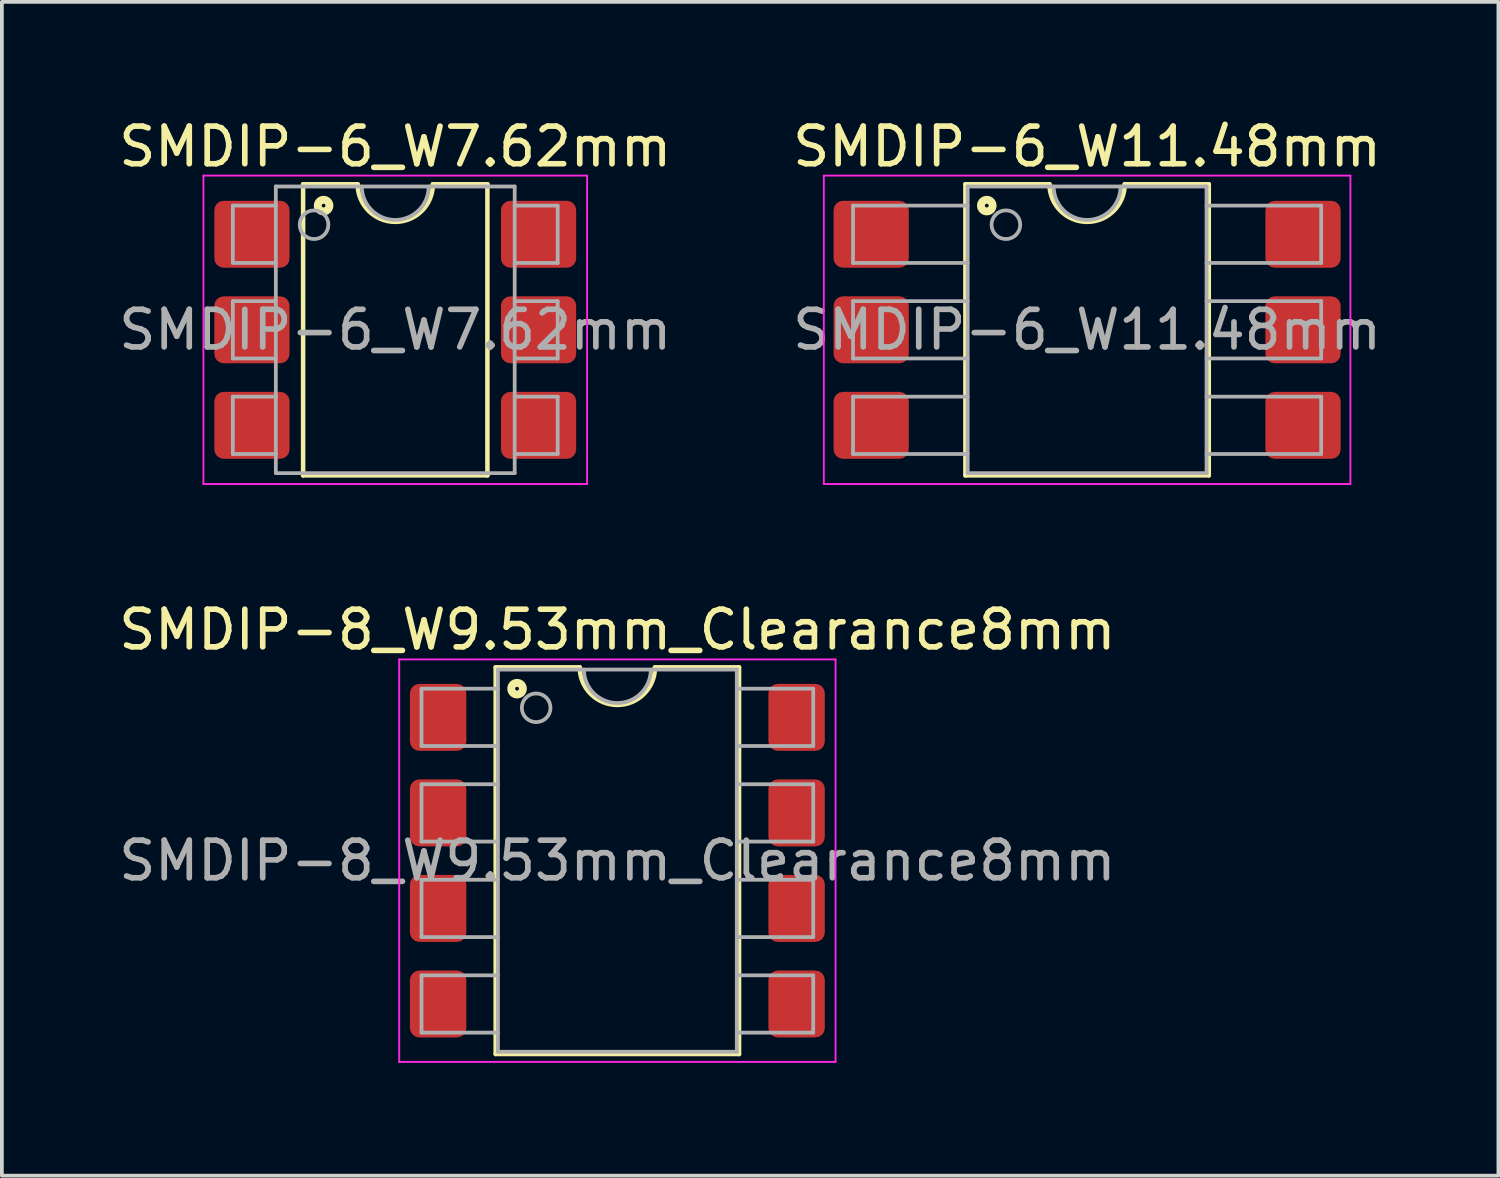
<source format=kicad_pcb>
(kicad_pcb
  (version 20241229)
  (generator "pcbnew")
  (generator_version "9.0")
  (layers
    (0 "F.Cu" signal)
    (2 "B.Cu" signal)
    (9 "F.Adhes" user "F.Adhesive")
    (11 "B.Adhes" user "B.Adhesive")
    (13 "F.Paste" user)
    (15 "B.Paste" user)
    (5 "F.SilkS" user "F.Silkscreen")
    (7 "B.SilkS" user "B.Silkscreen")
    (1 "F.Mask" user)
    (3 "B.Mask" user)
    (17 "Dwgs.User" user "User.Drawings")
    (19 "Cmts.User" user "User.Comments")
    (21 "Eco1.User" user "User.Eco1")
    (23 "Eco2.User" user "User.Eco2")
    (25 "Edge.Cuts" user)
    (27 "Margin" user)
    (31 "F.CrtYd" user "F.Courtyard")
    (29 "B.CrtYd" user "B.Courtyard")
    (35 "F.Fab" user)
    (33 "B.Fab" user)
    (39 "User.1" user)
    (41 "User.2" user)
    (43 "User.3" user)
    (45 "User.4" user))
  (footprint "SMDIP-8_W9.53mm_Clearance8mm"
    (layer "F.Cu")
    (at 13.363 19.831)
    (property "Reference" "SMDIP-8_W9.53mm_Clearance8mm" (at 0 -6.14 0) (layer "F.SilkS") (effects (font (size 1 1) (thickness 0.15))))
    (attr smd)
    (fp_line (start -3.235 -5.14) (end -3.235 5.14) (stroke (width 0.12) (type solid)) (layer "F.SilkS"))
    (fp_line (start -3.235 5.14) (end 3.235 5.14) (stroke (width 0.12) (type solid)) (layer "F.SilkS"))
    (fp_line (start -1 -5.14) (end -3.235 -5.14) (stroke (width 0.12) (type solid)) (layer "F.SilkS"))
    (fp_line (start 3.235 -5.14) (end 1 -5.14) (stroke (width 0.12) (type solid)) (layer "F.SilkS"))
    (fp_line (start 3.235 5.14) (end 3.235 -5.14) (stroke (width 0.12) (type solid)) (layer "F.SilkS"))
    (fp_arc (start 1 -5.14) (mid 0 -4.14) (end -1 -5.14) (stroke (width 0.12) (type solid)) (layer "F.SilkS"))
    (fp_circle (center -2.667 -4.572) (end -2.617 -4.572) (stroke (width 0.12) (type solid)) (fill no) (layer "F.SilkS"))
    (fp_circle (center -2.667 -4.572) (end -2.542 -4.572) (stroke (width 0.12) (type solid)) (fill no) (layer "F.SilkS"))
    (fp_circle (center -2.667 -4.572) (end -2.467 -4.572) (stroke (width 0.12) (type solid)) (fill no) (layer "F.SilkS"))
    (fp_line (start -5.8 -5.35) (end -5.8 5.35) (stroke (width 0.05) (type solid)) (layer "F.CrtYd"))
    (fp_line (start -5.8 5.35) (end 5.8 5.35) (stroke (width 0.05) (type solid)) (layer "F.CrtYd"))
    (fp_line (start 5.8 -5.35) (end -5.8 -5.35) (stroke (width 0.05) (type solid)) (layer "F.CrtYd"))
    (fp_line (start 5.8 5.35) (end 5.8 -5.35) (stroke (width 0.05) (type solid)) (layer "F.CrtYd"))
    (fp_line (start -5.207 -4.572) (end -5.207 -3.048) (stroke (width 0.1) (type solid)) (layer "F.Fab"))
    (fp_line (start -5.207 -4.572) (end -3.175 -4.572) (stroke (width 0.1) (type solid)) (layer "F.Fab"))
    (fp_line (start -5.207 -3.048) (end -3.175 -3.048) (stroke (width 0.1) (type solid)) (layer "F.Fab"))
    (fp_line (start -5.207 -2.032) (end -5.207 -0.508) (stroke (width 0.1) (type solid)) (layer "F.Fab"))
    (fp_line (start -5.207 -2.032) (end -3.175 -2.032) (stroke (width 0.1) (type solid)) (layer "F.Fab"))
    (fp_line (start -5.207 -0.508) (end -3.175 -0.508) (stroke (width 0.1) (type solid)) (layer "F.Fab"))
    (fp_line (start -5.207 0.508) (end -5.207 2.032) (stroke (width 0.1) (type solid)) (layer "F.Fab"))
    (fp_line (start -5.207 0.508) (end -3.175 0.508) (stroke (width 0.1) (type solid)) (layer "F.Fab"))
    (fp_line (start -5.207 2.032) (end -3.175 2.032) (stroke (width 0.1) (type solid)) (layer "F.Fab"))
    (fp_line (start -5.207 3.048) (end -5.207 4.572) (stroke (width 0.1) (type solid)) (layer "F.Fab"))
    (fp_line (start -5.207 3.048) (end -3.175 3.048) (stroke (width 0.1) (type solid)) (layer "F.Fab"))
    (fp_line (start -5.207 4.572) (end -3.175 4.572) (stroke (width 0.1) (type solid)) (layer "F.Fab"))
    (fp_line (start -3.175 -5.08) (end 3.175 -5.08) (stroke (width 0.1) (type solid)) (layer "F.Fab"))
    (fp_line (start -3.175 5.08) (end -3.175 -5.08) (stroke (width 0.1) (type solid)) (layer "F.Fab"))
    (fp_line (start 3.175 -5.08) (end 3.175 5.08) (stroke (width 0.1) (type solid)) (layer "F.Fab"))
    (fp_line (start 3.175 5.08) (end -3.175 5.08) (stroke (width 0.1) (type solid)) (layer "F.Fab"))
    (fp_line (start 5.207 -4.572) (end 3.175 -4.572) (stroke (width 0.1) (type solid)) (layer "F.Fab"))
    (fp_line (start 5.207 -3.048) (end 3.175 -3.048) (stroke (width 0.1) (type solid)) (layer "F.Fab"))
    (fp_line (start 5.207 -3.048) (end 5.207 -4.572) (stroke (width 0.1) (type solid)) (layer "F.Fab"))
    (fp_line (start 5.207 -2.032) (end 3.175 -2.032) (stroke (width 0.1) (type solid)) (layer "F.Fab"))
    (fp_line (start 5.207 -0.508) (end 3.175 -0.508) (stroke (width 0.1) (type solid)) (layer "F.Fab"))
    (fp_line (start 5.207 -0.508) (end 5.207 -2.032) (stroke (width 0.1) (type solid)) (layer "F.Fab"))
    (fp_line (start 5.207 0.508) (end 3.175 0.508) (stroke (width 0.1) (type solid)) (layer "F.Fab"))
    (fp_line (start 5.207 2.032) (end 3.175 2.032) (stroke (width 0.1) (type solid)) (layer "F.Fab"))
    (fp_line (start 5.207 2.032) (end 5.207 0.508) (stroke (width 0.1) (type solid)) (layer "F.Fab"))
    (fp_line (start 5.207 3.048) (end 3.175 3.048) (stroke (width 0.1) (type solid)) (layer "F.Fab"))
    (fp_line (start 5.207 4.572) (end 3.175 4.572) (stroke (width 0.1) (type solid)) (layer "F.Fab"))
    (fp_line (start 5.207 4.572) (end 5.207 3.048) (stroke (width 0.1) (type solid)) (layer "F.Fab"))
    (fp_arc (start 0.889 -5.08) (mid 0 -4.191) (end -0.889 -5.08) (stroke (width 0.1) (type solid)) (layer "F.Fab"))
    (fp_circle (center -2.159 -4.064) (end -1.778 -4.064) (stroke (width 0.1) (type solid)) (fill no) (layer "F.Fab"))
    (fp_text user "${REFERENCE}" (at 0 0 0) (layer "F.Fab") (effects (font (size 1 1) (thickness 0.15))))
    (pad "1" smd roundrect (at -4.765 -3.81) (size 1.5 1.78) (layers "F.Cu" "F.Mask" "F.Paste") (roundrect_rratio 0.167))
    (pad "2" smd roundrect (at -4.765 -1.27) (size 1.5 1.78) (layers "F.Cu" "F.Mask" "F.Paste") (roundrect_rratio 0.167))
    (pad "3" smd roundrect (at -4.765 1.27) (size 1.5 1.78) (layers "F.Cu" "F.Mask" "F.Paste") (roundrect_rratio 0.167))
    (pad "4" smd roundrect (at -4.765 3.81) (size 1.5 1.78) (layers "F.Cu" "F.Mask" "F.Paste") (roundrect_rratio 0.167))
    (pad "5" smd roundrect (at 4.765 3.81) (size 1.5 1.78) (layers "F.Cu" "F.Mask" "F.Paste") (roundrect_rratio 0.167))
    (pad "6" smd roundrect (at 4.765 1.27) (size 1.5 1.78) (layers "F.Cu" "F.Mask" "F.Paste") (roundrect_rratio 0.167))
    (pad "7" smd roundrect (at 4.765 -1.27) (size 1.5 1.78) (layers "F.Cu" "F.Mask" "F.Paste") (roundrect_rratio 0.167))
    (pad "8" smd roundrect (at 4.765 -3.81) (size 1.5 1.78) (layers "F.Cu" "F.Mask" "F.Paste") (roundrect_rratio 0.167)))
  (footprint "SMDIP-6_W7.62mm"
    (layer "F.Cu")
    (at 7.458 5.718)
    (property "Reference" "SMDIP-6_W7.62mm" (at 0 -4.87 0) (layer "F.SilkS") (effects (font (size 1 1) (thickness 0.15))))
    (attr smd)
    (fp_line (start -2.45 -3.87) (end -2.45 3.87) (stroke (width 0.12) (type solid)) (layer "F.SilkS"))
    (fp_line (start -2.45 3.87) (end 2.45 3.87) (stroke (width 0.12) (type solid)) (layer "F.SilkS"))
    (fp_line (start -1 -3.87) (end -2.45 -3.87) (stroke (width 0.12) (type solid)) (layer "F.SilkS"))
    (fp_line (start 2.45 -3.87) (end 1 -3.87) (stroke (width 0.12) (type solid)) (layer "F.SilkS"))
    (fp_line (start 2.45 3.87) (end 2.45 -3.87) (stroke (width 0.12) (type solid)) (layer "F.SilkS"))
    (fp_arc (start 1 -3.87) (mid 0 -2.87) (end -1 -3.87) (stroke (width 0.12) (type solid)) (layer "F.SilkS"))
    (fp_circle (center -1.905 -3.302) (end -1.855 -3.302) (stroke (width 0.12) (type solid)) (fill no) (layer "F.SilkS"))
    (fp_circle (center -1.905 -3.302) (end -1.78 -3.302) (stroke (width 0.12) (type solid)) (fill no) (layer "F.SilkS"))
    (fp_circle (center -1.905 -3.302) (end -1.705 -3.302) (stroke (width 0.12) (type solid)) (fill no) (layer "F.SilkS"))
    (fp_line (start -5.1 -4.1) (end -5.1 4.1) (stroke (width 0.05) (type solid)) (layer "F.CrtYd"))
    (fp_line (start -5.1 4.1) (end 5.1 4.1) (stroke (width 0.05) (type solid)) (layer "F.CrtYd"))
    (fp_line (start 5.1 -4.1) (end -5.1 -4.1) (stroke (width 0.05) (type solid)) (layer "F.CrtYd"))
    (fp_line (start 5.1 4.1) (end 5.1 -4.1) (stroke (width 0.05) (type solid)) (layer "F.CrtYd"))
    (fp_line (start -4.318 -3.302) (end -4.318 -1.778) (stroke (width 0.1) (type solid)) (layer "F.Fab"))
    (fp_line (start -4.318 -3.302) (end -3.175 -3.302) (stroke (width 0.1) (type solid)) (layer "F.Fab"))
    (fp_line (start -4.318 -1.778) (end -3.175 -1.778) (stroke (width 0.1) (type solid)) (layer "F.Fab"))
    (fp_line (start -4.318 -0.762) (end -4.318 0.762) (stroke (width 0.1) (type solid)) (layer "F.Fab"))
    (fp_line (start -4.318 -0.762) (end -3.175 -0.762) (stroke (width 0.1) (type solid)) (layer "F.Fab"))
    (fp_line (start -4.318 0.762) (end -3.175 0.762) (stroke (width 0.1) (type solid)) (layer "F.Fab"))
    (fp_line (start -4.318 1.778) (end -4.318 3.302) (stroke (width 0.1) (type solid)) (layer "F.Fab"))
    (fp_line (start -4.318 1.778) (end -3.175 1.778) (stroke (width 0.1) (type solid)) (layer "F.Fab"))
    (fp_line (start -4.318 3.302) (end -3.175 3.302) (stroke (width 0.1) (type solid)) (layer "F.Fab"))
    (fp_line (start -3.175 -3.81) (end 3.175 -3.81) (stroke (width 0.1) (type solid)) (layer "F.Fab"))
    (fp_line (start -3.175 3.81) (end -3.175 -3.81) (stroke (width 0.1) (type solid)) (layer "F.Fab"))
    (fp_line (start 3.175 -3.81) (end 3.175 3.81) (stroke (width 0.1) (type solid)) (layer "F.Fab"))
    (fp_line (start 3.175 3.81) (end -3.175 3.81) (stroke (width 0.1) (type solid)) (layer "F.Fab"))
    (fp_line (start 4.318 -3.302) (end 3.175 -3.302) (stroke (width 0.1) (type solid)) (layer "F.Fab"))
    (fp_line (start 4.318 -1.778) (end 3.175 -1.778) (stroke (width 0.1) (type solid)) (layer "F.Fab"))
    (fp_line (start 4.318 -1.778) (end 4.318 -3.302) (stroke (width 0.1) (type solid)) (layer "F.Fab"))
    (fp_line (start 4.318 -0.762) (end 3.175 -0.762) (stroke (width 0.1) (type solid)) (layer "F.Fab"))
    (fp_line (start 4.318 0.762) (end 3.175 0.762) (stroke (width 0.1) (type solid)) (layer "F.Fab"))
    (fp_line (start 4.318 0.762) (end 4.318 -0.762) (stroke (width 0.1) (type solid)) (layer "F.Fab"))
    (fp_line (start 4.318 1.778) (end 3.175 1.778) (stroke (width 0.1) (type solid)) (layer "F.Fab"))
    (fp_line (start 4.318 3.302) (end 3.175 3.302) (stroke (width 0.1) (type solid)) (layer "F.Fab"))
    (fp_line (start 4.318 3.302) (end 4.318 1.778) (stroke (width 0.1) (type solid)) (layer "F.Fab"))
    (fp_arc (start 0.889 -3.81) (mid 0 -2.921) (end -0.889 -3.81) (stroke (width 0.1) (type solid)) (layer "F.Fab"))
    (fp_circle (center -2.159 -2.794) (end -1.778 -2.794) (stroke (width 0.1) (type solid)) (fill no) (layer "F.Fab"))
    (fp_text user "${REFERENCE}" (at 0 0 0) (layer "F.Fab") (effects (font (size 1 1) (thickness 0.15))))
    (pad "1" smd roundrect (at -3.81 -2.54) (size 2 1.78) (layers "F.Cu" "F.Mask" "F.Paste") (roundrect_rratio 0.14))
    (pad "2" smd roundrect (at -3.81 0) (size 2 1.78) (layers "F.Cu" "F.Mask" "F.Paste") (roundrect_rratio 0.14))
    (pad "3" smd roundrect (at -3.81 2.54) (size 2 1.78) (layers "F.Cu" "F.Mask" "F.Paste") (roundrect_rratio 0.14))
    (pad "4" smd roundrect (at 3.81 2.54) (size 2 1.78) (layers "F.Cu" "F.Mask" "F.Paste") (roundrect_rratio 0.14))
    (pad "5" smd roundrect (at 3.81 0) (size 2 1.78) (layers "F.Cu" "F.Mask" "F.Paste") (roundrect_rratio 0.14))
    (pad "6" smd roundrect (at 3.81 -2.54) (size 2 1.78) (layers "F.Cu" "F.Mask" "F.Paste") (roundrect_rratio 0.14)))
  (footprint "SMDIP-6_W11.48mm"
    (layer "F.Cu")
    (at 25.851 5.718)
    (property "Reference" "SMDIP-6_W11.48mm" (at 0 -4.87 0) (layer "F.SilkS") (effects (font (size 1 1) (thickness 0.15))))
    (attr smd)
    (fp_line (start -3.235 -3.87) (end -3.235 3.87) (stroke (width 0.12) (type solid)) (layer "F.SilkS"))
    (fp_line (start -3.235 3.87) (end 3.235 3.87) (stroke (width 0.12) (type solid)) (layer "F.SilkS"))
    (fp_line (start -1 -3.87) (end -3.235 -3.87) (stroke (width 0.12) (type solid)) (layer "F.SilkS"))
    (fp_line (start 3.235 -3.87) (end 1 -3.87) (stroke (width 0.12) (type solid)) (layer "F.SilkS"))
    (fp_line (start 3.235 3.87) (end 3.235 -3.87) (stroke (width 0.12) (type solid)) (layer "F.SilkS"))
    (fp_arc (start 1 -3.87) (mid 0 -2.87) (end -1 -3.87) (stroke (width 0.12) (type solid)) (layer "F.SilkS"))
    (fp_circle (center -2.667 -3.302) (end -2.617 -3.302) (stroke (width 0.12) (type solid)) (fill no) (layer "F.SilkS"))
    (fp_circle (center -2.667 -3.302) (end -2.542 -3.302) (stroke (width 0.12) (type solid)) (fill no) (layer "F.SilkS"))
    (fp_circle (center -2.667 -3.302) (end -2.467 -3.302) (stroke (width 0.12) (type solid)) (fill no) (layer "F.SilkS"))
    (fp_line (start -7 -4.1) (end -7 4.1) (stroke (width 0.05) (type solid)) (layer "F.CrtYd"))
    (fp_line (start -7 4.1) (end 7 4.1) (stroke (width 0.05) (type solid)) (layer "F.CrtYd"))
    (fp_line (start 7 -4.1) (end -7 -4.1) (stroke (width 0.05) (type solid)) (layer "F.CrtYd"))
    (fp_line (start 7 4.1) (end 7 -4.1) (stroke (width 0.05) (type solid)) (layer "F.CrtYd"))
    (fp_line (start -6.223 -3.302) (end -6.223 -1.778) (stroke (width 0.1) (type solid)) (layer "F.Fab"))
    (fp_line (start -6.223 -3.302) (end -3.175 -3.302) (stroke (width 0.1) (type solid)) (layer "F.Fab"))
    (fp_line (start -6.223 -1.778) (end -3.175 -1.778) (stroke (width 0.1) (type solid)) (layer "F.Fab"))
    (fp_line (start -6.223 -0.762) (end -6.223 0.762) (stroke (width 0.1) (type solid)) (layer "F.Fab"))
    (fp_line (start -6.223 -0.762) (end -3.175 -0.762) (stroke (width 0.1) (type solid)) (layer "F.Fab"))
    (fp_line (start -6.223 0.762) (end -3.175 0.762) (stroke (width 0.1) (type solid)) (layer "F.Fab"))
    (fp_line (start -6.223 1.778) (end -6.223 3.302) (stroke (width 0.1) (type solid)) (layer "F.Fab"))
    (fp_line (start -6.223 1.778) (end -3.175 1.778) (stroke (width 0.1) (type solid)) (layer "F.Fab"))
    (fp_line (start -6.223 3.302) (end -3.175 3.302) (stroke (width 0.1) (type solid)) (layer "F.Fab"))
    (fp_line (start -3.175 -3.81) (end 3.175 -3.81) (stroke (width 0.1) (type solid)) (layer "F.Fab"))
    (fp_line (start -3.175 3.81) (end -3.175 -3.81) (stroke (width 0.1) (type solid)) (layer "F.Fab"))
    (fp_line (start 3.175 -3.81) (end 3.175 3.81) (stroke (width 0.1) (type solid)) (layer "F.Fab"))
    (fp_line (start 3.175 3.81) (end -3.175 3.81) (stroke (width 0.1) (type solid)) (layer "F.Fab"))
    (fp_line (start 6.223 -3.302) (end 3.175 -3.302) (stroke (width 0.1) (type solid)) (layer "F.Fab"))
    (fp_line (start 6.223 -1.778) (end 3.175 -1.778) (stroke (width 0.1) (type solid)) (layer "F.Fab"))
    (fp_line (start 6.223 -1.778) (end 6.223 -3.302) (stroke (width 0.1) (type solid)) (layer "F.Fab"))
    (fp_line (start 6.223 -0.762) (end 3.175 -0.762) (stroke (width 0.1) (type solid)) (layer "F.Fab"))
    (fp_line (start 6.223 0.762) (end 3.175 0.762) (stroke (width 0.1) (type solid)) (layer "F.Fab"))
    (fp_line (start 6.223 0.762) (end 6.223 -0.762) (stroke (width 0.1) (type solid)) (layer "F.Fab"))
    (fp_line (start 6.223 1.778) (end 3.175 1.778) (stroke (width 0.1) (type solid)) (layer "F.Fab"))
    (fp_line (start 6.223 3.302) (end 3.175 3.302) (stroke (width 0.1) (type solid)) (layer "F.Fab"))
    (fp_line (start 6.223 3.302) (end 6.223 1.778) (stroke (width 0.1) (type solid)) (layer "F.Fab"))
    (fp_arc (start 0.889 -3.81) (mid 0 -2.921) (end -0.889 -3.81) (stroke (width 0.1) (type solid)) (layer "F.Fab"))
    (fp_circle (center -2.159 -2.794) (end -1.778 -2.794) (stroke (width 0.1) (type solid)) (fill no) (layer "F.Fab"))
    (fp_text user "${REFERENCE}" (at 0 0 0) (layer "F.Fab") (effects (font (size 1 1) (thickness 0.15))))
    (pad "1" smd roundrect (at -5.74 -2.54) (size 2 1.78) (layers "F.Cu" "F.Mask" "F.Paste") (roundrect_rratio 0.14))
    (pad "2" smd roundrect (at -5.74 0) (size 2 1.78) (layers "F.Cu" "F.Mask" "F.Paste") (roundrect_rratio 0.14))
    (pad "3" smd roundrect (at -5.74 2.54) (size 2 1.78) (layers "F.Cu" "F.Mask" "F.Paste") (roundrect_rratio 0.14))
    (pad "4" smd roundrect (at 5.74 2.54) (size 2 1.78) (layers "F.Cu" "F.Mask" "F.Paste") (roundrect_rratio 0.14))
    (pad "5" smd roundrect (at 5.74 0) (size 2 1.78) (layers "F.Cu" "F.Mask" "F.Paste") (roundrect_rratio 0.14))
    (pad "6" smd roundrect (at 5.74 -2.54) (size 2 1.78) (layers "F.Cu" "F.Mask" "F.Paste") (roundrect_rratio 0.14)))
  (gr_rect
    (start -3 -3)
    (end 36.786 28.206)
    (stroke (width 0.1) (type default))
    (fill no)
    (layer "Edge.Cuts")))
</source>
